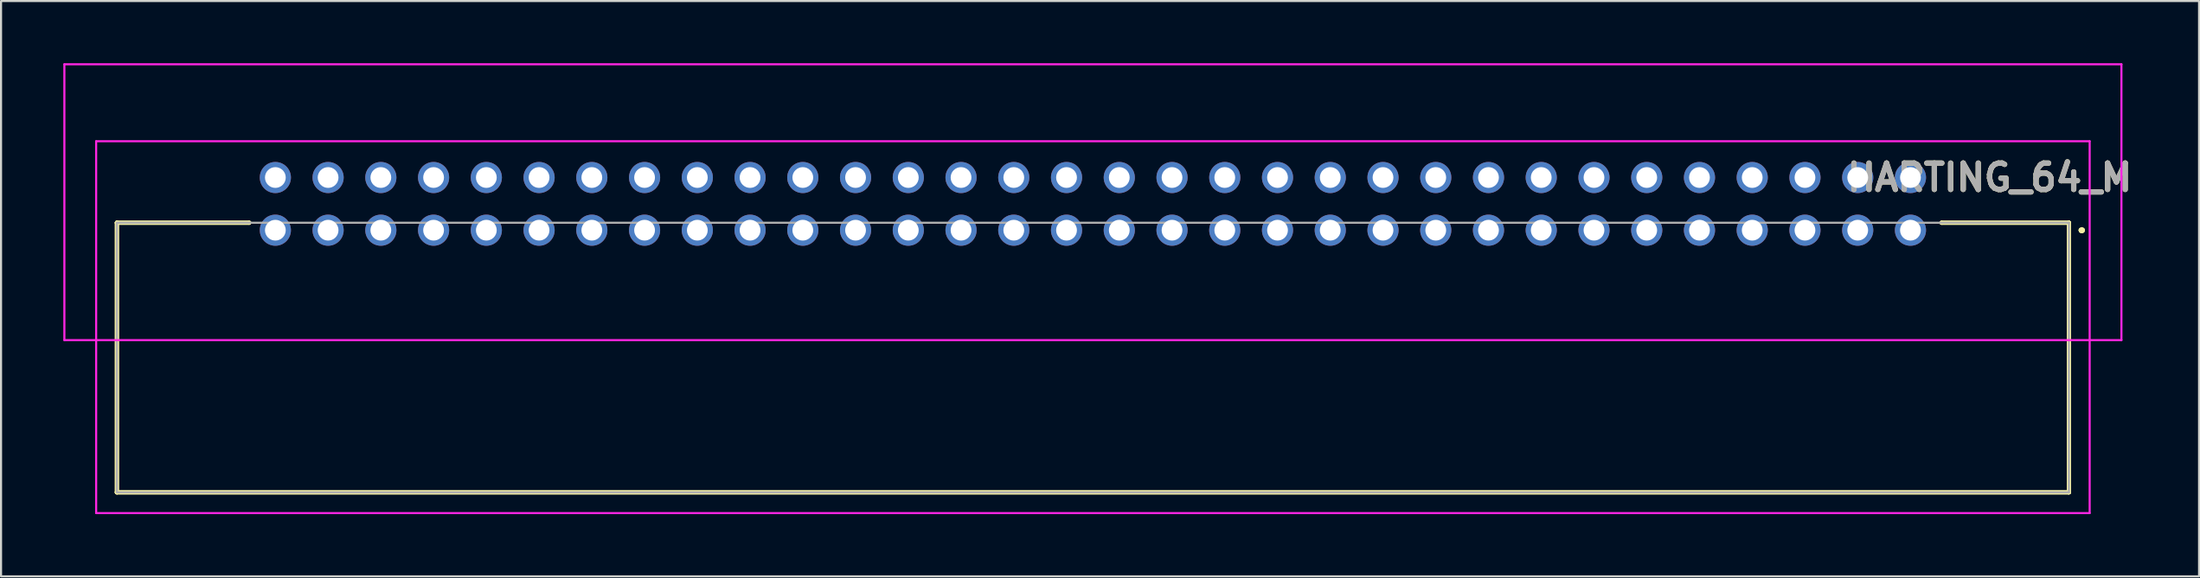
<source format=kicad_pcb>
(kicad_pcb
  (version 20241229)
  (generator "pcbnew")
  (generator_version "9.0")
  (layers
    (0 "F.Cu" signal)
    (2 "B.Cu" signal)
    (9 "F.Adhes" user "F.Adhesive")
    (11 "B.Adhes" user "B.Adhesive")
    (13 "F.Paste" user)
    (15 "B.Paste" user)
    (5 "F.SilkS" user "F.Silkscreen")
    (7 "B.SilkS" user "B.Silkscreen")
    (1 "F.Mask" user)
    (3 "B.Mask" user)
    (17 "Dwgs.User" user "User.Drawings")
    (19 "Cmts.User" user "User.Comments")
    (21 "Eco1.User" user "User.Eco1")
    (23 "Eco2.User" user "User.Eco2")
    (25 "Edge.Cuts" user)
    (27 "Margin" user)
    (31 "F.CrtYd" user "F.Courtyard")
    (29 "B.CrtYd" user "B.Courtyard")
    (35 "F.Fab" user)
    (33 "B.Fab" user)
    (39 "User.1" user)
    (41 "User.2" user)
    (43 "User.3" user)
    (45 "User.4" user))
  (footprint "HARTING_64_M"
    (layer "F.Cu")
    (at 88.95 8.05)
    (property "Reference" "HARTING_64_M" (at 3.81 -2.54 0) (layer "F.SilkS") (effects (font (size 1.27 1.27) (thickness 0.254))))
    (attr through_hole)
    (fp_line (start -86.37 -0.36) (end -86.37 -0.36) (stroke (width 0.2) (type solid)) (layer "F.SilkS"))
    (fp_line (start -86.37 -0.36) (end -86.37 -0.36) (stroke (width 0.2) (type solid)) (layer "F.SilkS"))
    (fp_line (start -86.37 -0.36) (end -86.37 12.64) (stroke (width 0.2) (type solid)) (layer "F.SilkS"))
    (fp_line (start -86.37 -0.36) (end -80 -0.36) (stroke (width 0.2) (type solid)) (layer "F.SilkS"))
    (fp_line (start -86.37 12.64) (end -86.37 -0.36) (stroke (width 0.2) (type solid)) (layer "F.SilkS"))
    (fp_line (start -86.37 12.64) (end -86.37 12.64) (stroke (width 0.2) (type solid)) (layer "F.SilkS"))
    (fp_line (start -86.37 12.64) (end -86.37 12.64) (stroke (width 0.2) (type solid)) (layer "F.SilkS"))
    (fp_line (start -86.37 12.64) (end 7.63 12.64) (stroke (width 0.2) (type solid)) (layer "F.SilkS"))
    (fp_line (start -80 -0.36) (end -86.37 -0.36) (stroke (width 0.2) (type solid)) (layer "F.SilkS"))
    (fp_line (start -80 -0.36) (end -80 -0.36) (stroke (width 0.2) (type solid)) (layer "F.SilkS"))
    (fp_line (start 1.5 -0.36) (end 1.5 -0.36) (stroke (width 0.2) (type solid)) (layer "F.SilkS"))
    (fp_line (start 1.5 -0.36) (end 7.63 -0.36) (stroke (width 0.2) (type solid)) (layer "F.SilkS"))
    (fp_line (start 7.63 -0.36) (end 1.5 -0.36) (stroke (width 0.2) (type solid)) (layer "F.SilkS"))
    (fp_line (start 7.63 -0.36) (end 7.63 -0.36) (stroke (width 0.2) (type solid)) (layer "F.SilkS"))
    (fp_line (start 7.63 -0.36) (end 7.63 -0.36) (stroke (width 0.2) (type solid)) (layer "F.SilkS"))
    (fp_line (start 7.63 -0.36) (end 7.63 12.64) (stroke (width 0.2) (type solid)) (layer "F.SilkS"))
    (fp_line (start 7.63 12.64) (end -86.37 12.64) (stroke (width 0.2) (type solid)) (layer "F.SilkS"))
    (fp_line (start 7.63 12.64) (end 7.63 -0.36) (stroke (width 0.2) (type solid)) (layer "F.SilkS"))
    (fp_line (start 7.63 12.64) (end 7.63 12.64) (stroke (width 0.2) (type solid)) (layer "F.SilkS"))
    (fp_line (start 7.63 12.64) (end 7.63 12.64) (stroke (width 0.2) (type solid)) (layer "F.SilkS"))
    (fp_line (start 8.2 0) (end 8.2 0) (stroke (width 0.2) (type solid)) (layer "F.SilkS"))
    (fp_line (start 8.2 0) (end 8.2 0) (stroke (width 0.2) (type solid)) (layer "F.SilkS"))
    (fp_line (start 8.3 0) (end 8.3 0) (stroke (width 0.2) (type solid)) (layer "F.SilkS"))
    (fp_arc (start 8.2 0) (mid 8.25 -0.05) (end 8.3 0) (stroke (width 0.2) (type solid)) (layer "F.SilkS"))
    (fp_arc (start 8.3 0) (mid 8.25 0.05) (end 8.2 0) (stroke (width 0.2) (type solid)) (layer "F.SilkS"))
    (fp_arc (start 8.3 0) (mid 8.25 0.05) (end 8.2 0) (stroke (width 0.2) (type solid)) (layer "F.SilkS"))
    (fp_line (start -88.9 -8) (end 10.16 -8) (stroke (width 0.1) (type solid)) (layer "F.CrtYd"))
    (fp_line (start -88.9 5.3) (end -88.9 -8) (stroke (width 0.1) (type solid)) (layer "F.CrtYd"))
    (fp_line (start -87.37 -4.29) (end 8.63 -4.29) (stroke (width 0.1) (type solid)) (layer "F.CrtYd"))
    (fp_line (start -87.37 13.64) (end -87.37 -4.29) (stroke (width 0.1) (type solid)) (layer "F.CrtYd"))
    (fp_line (start 8.63 -4.29) (end 8.63 13.64) (stroke (width 0.1) (type solid)) (layer "F.CrtYd"))
    (fp_line (start 8.63 13.64) (end -87.37 13.64) (stroke (width 0.1) (type solid)) (layer "F.CrtYd"))
    (fp_line (start 10.16 -8) (end 10.16 5.3) (stroke (width 0.1) (type solid)) (layer "F.CrtYd"))
    (fp_line (start 10.16 5.3) (end -88.9 5.3) (stroke (width 0.1) (type solid)) (layer "F.CrtYd"))
    (fp_line (start -86.37 -0.36) (end -86.37 12.64) (stroke (width 0.1) (type solid)) (layer "F.Fab"))
    (fp_line (start -86.37 12.64) (end 7.63 12.64) (stroke (width 0.1) (type solid)) (layer "F.Fab"))
    (fp_line (start 7.63 -0.36) (end -86.37 -0.36) (stroke (width 0.1) (type solid)) (layer "F.Fab"))
    (fp_line (start 7.63 12.64) (end 7.63 -0.36) (stroke (width 0.1) (type solid)) (layer "F.Fab"))
    (fp_text user "${REFERENCE}" (at 3.81 -2.54 0) (layer "F.Fab") (effects (font (size 1.27 1.27) (thickness 0.254))))
    (pad "" np_thru_hole circle (at -83.82 2.54) (size 0.001 0.001) (drill 2.8) (layers "*.Cu" "*.Mask"))
    (pad "" np_thru_hole circle (at 5.08 2.54) (size 0.001 0.001) (drill 2.8) (layers "*.Cu" "*.Mask"))
    (pad "A1" thru_hole circle (at 0 0) (size 1.5 1.5) (drill 1) (layers "*.Cu" "*.Mask"))
    (pad "A2" thru_hole circle (at -2.54 0) (size 1.5 1.5) (drill 1) (layers "*.Cu" "*.Mask"))
    (pad "A3" thru_hole circle (at -5.08 0) (size 1.5 1.5) (drill 1) (layers "*.Cu" "*.Mask"))
    (pad "A4" thru_hole circle (at -7.62 0) (size 1.5 1.5) (drill 1) (layers "*.Cu" "*.Mask"))
    (pad "A5" thru_hole circle (at -10.16 0) (size 1.5 1.5) (drill 1) (layers "*.Cu" "*.Mask"))
    (pad "A6" thru_hole circle (at -12.7 0) (size 1.5 1.5) (drill 1) (layers "*.Cu" "*.Mask"))
    (pad "A7" thru_hole circle (at -15.24 0) (size 1.5 1.5) (drill 1) (layers "*.Cu" "*.Mask"))
    (pad "A8" thru_hole circle (at -17.78 0) (size 1.5 1.5) (drill 1) (layers "*.Cu" "*.Mask"))
    (pad "A9" thru_hole circle (at -20.32 0) (size 1.5 1.5) (drill 1) (layers "*.Cu" "*.Mask"))
    (pad "A10" thru_hole circle (at -22.86 0) (size 1.5 1.5) (drill 1) (layers "*.Cu" "*.Mask"))
    (pad "A11" thru_hole circle (at -25.4 0) (size 1.5 1.5) (drill 1) (layers "*.Cu" "*.Mask"))
    (pad "A12" thru_hole circle (at -27.94 0) (size 1.5 1.5) (drill 1) (layers "*.Cu" "*.Mask"))
    (pad "A13" thru_hole circle (at -30.48 0) (size 1.5 1.5) (drill 1) (layers "*.Cu" "*.Mask"))
    (pad "A14" thru_hole circle (at -33.02 0) (size 1.5 1.5) (drill 1) (layers "*.Cu" "*.Mask"))
    (pad "A15" thru_hole circle (at -35.56 0) (size 1.5 1.5) (drill 1) (layers "*.Cu" "*.Mask"))
    (pad "A16" thru_hole circle (at -38.1 0) (size 1.5 1.5) (drill 1) (layers "*.Cu" "*.Mask"))
    (pad "A17" thru_hole circle (at -40.64 0) (size 1.5 1.5) (drill 1) (layers "*.Cu" "*.Mask"))
    (pad "A18" thru_hole circle (at -43.18 0) (size 1.5 1.5) (drill 1) (layers "*.Cu" "*.Mask"))
    (pad "A19" thru_hole circle (at -45.72 0) (size 1.5 1.5) (drill 1) (layers "*.Cu" "*.Mask"))
    (pad "A20" thru_hole circle (at -48.26 0) (size 1.5 1.5) (drill 1) (layers "*.Cu" "*.Mask"))
    (pad "A21" thru_hole circle (at -50.8 0) (size 1.5 1.5) (drill 1) (layers "*.Cu" "*.Mask"))
    (pad "A22" thru_hole circle (at -53.34 0) (size 1.5 1.5) (drill 1) (layers "*.Cu" "*.Mask"))
    (pad "A23" thru_hole circle (at -55.88 0) (size 1.5 1.5) (drill 1) (layers "*.Cu" "*.Mask"))
    (pad "A24" thru_hole circle (at -58.42 0) (size 1.5 1.5) (drill 1) (layers "*.Cu" "*.Mask"))
    (pad "A25" thru_hole circle (at -60.96 0) (size 1.5 1.5) (drill 1) (layers "*.Cu" "*.Mask"))
    (pad "A26" thru_hole circle (at -63.5 0) (size 1.5 1.5) (drill 1) (layers "*.Cu" "*.Mask"))
    (pad "A27" thru_hole circle (at -66.04 0) (size 1.5 1.5) (drill 1) (layers "*.Cu" "*.Mask"))
    (pad "A28" thru_hole circle (at -68.58 0) (size 1.5 1.5) (drill 1) (layers "*.Cu" "*.Mask"))
    (pad "A29" thru_hole circle (at -71.12 0) (size 1.5 1.5) (drill 1) (layers "*.Cu" "*.Mask"))
    (pad "A30" thru_hole circle (at -73.66 0) (size 1.5 1.5) (drill 1) (layers "*.Cu" "*.Mask"))
    (pad "A31" thru_hole circle (at -76.2 0) (size 1.5 1.5) (drill 1) (layers "*.Cu" "*.Mask"))
    (pad "A32" thru_hole circle (at -78.74 0) (size 1.5 1.5) (drill 1) (layers "*.Cu" "*.Mask"))
    (pad "B1" thru_hole circle (at 0 -2.54) (size 1.5 1.5) (drill 1) (layers "*.Cu" "*.Mask"))
    (pad "B2" thru_hole circle (at -2.54 -2.54) (size 1.5 1.5) (drill 1) (layers "*.Cu" "*.Mask"))
    (pad "B3" thru_hole circle (at -5.08 -2.54) (size 1.5 1.5) (drill 1) (layers "*.Cu" "*.Mask"))
    (pad "B4" thru_hole circle (at -7.62 -2.54) (size 1.5 1.5) (drill 1) (layers "*.Cu" "*.Mask"))
    (pad "B5" thru_hole circle (at -10.16 -2.54) (size 1.5 1.5) (drill 1) (layers "*.Cu" "*.Mask"))
    (pad "B6" thru_hole circle (at -12.7 -2.54) (size 1.5 1.5) (drill 1) (layers "*.Cu" "*.Mask"))
    (pad "B7" thru_hole circle (at -15.24 -2.54) (size 1.5 1.5) (drill 1) (layers "*.Cu" "*.Mask"))
    (pad "B8" thru_hole circle (at -17.78 -2.54) (size 1.5 1.5) (drill 1) (layers "*.Cu" "*.Mask"))
    (pad "B9" thru_hole circle (at -20.32 -2.54) (size 1.5 1.5) (drill 1) (layers "*.Cu" "*.Mask"))
    (pad "B10" thru_hole circle (at -22.86 -2.54) (size 1.5 1.5) (drill 1) (layers "*.Cu" "*.Mask"))
    (pad "B11" thru_hole circle (at -25.4 -2.54) (size 1.5 1.5) (drill 1) (layers "*.Cu" "*.Mask"))
    (pad "B12" thru_hole circle (at -27.94 -2.54) (size 1.5 1.5) (drill 1) (layers "*.Cu" "*.Mask"))
    (pad "B13" thru_hole circle (at -30.48 -2.54) (size 1.5 1.5) (drill 1) (layers "*.Cu" "*.Mask"))
    (pad "B14" thru_hole circle (at -33.02 -2.54) (size 1.5 1.5) (drill 1) (layers "*.Cu" "*.Mask"))
    (pad "B15" thru_hole circle (at -35.56 -2.54) (size 1.5 1.5) (drill 1) (layers "*.Cu" "*.Mask"))
    (pad "B16" thru_hole circle (at -38.1 -2.54) (size 1.5 1.5) (drill 1) (layers "*.Cu" "*.Mask"))
    (pad "B17" thru_hole circle (at -40.64 -2.54) (size 1.5 1.5) (drill 1) (layers "*.Cu" "*.Mask"))
    (pad "B18" thru_hole circle (at -43.18 -2.54) (size 1.5 1.5) (drill 1) (layers "*.Cu" "*.Mask"))
    (pad "B19" thru_hole circle (at -45.72 -2.54) (size 1.5 1.5) (drill 1) (layers "*.Cu" "*.Mask"))
    (pad "B20" thru_hole circle (at -48.26 -2.54) (size 1.5 1.5) (drill 1) (layers "*.Cu" "*.Mask"))
    (pad "B21" thru_hole circle (at -50.8 -2.54) (size 1.5 1.5) (drill 1) (layers "*.Cu" "*.Mask"))
    (pad "B22" thru_hole circle (at -53.34 -2.54) (size 1.5 1.5) (drill 1) (layers "*.Cu" "*.Mask"))
    (pad "B23" thru_hole circle (at -55.88 -2.54) (size 1.5 1.5) (drill 1) (layers "*.Cu" "*.Mask"))
    (pad "B24" thru_hole circle (at -58.42 -2.54) (size 1.5 1.5) (drill 1) (layers "*.Cu" "*.Mask"))
    (pad "B25" thru_hole circle (at -60.96 -2.54) (size 1.5 1.5) (drill 1) (layers "*.Cu" "*.Mask"))
    (pad "B26" thru_hole circle (at -63.5 -2.54) (size 1.5 1.5) (drill 1) (layers "*.Cu" "*.Mask"))
    (pad "B27" thru_hole circle (at -66.04 -2.54) (size 1.5 1.5) (drill 1) (layers "*.Cu" "*.Mask"))
    (pad "B28" thru_hole circle (at -68.58 -2.54) (size 1.5 1.5) (drill 1) (layers "*.Cu" "*.Mask"))
    (pad "B29" thru_hole circle (at -71.12 -2.54) (size 1.5 1.5) (drill 1) (layers "*.Cu" "*.Mask"))
    (pad "B30" thru_hole circle (at -73.66 -2.54) (size 1.5 1.5) (drill 1) (layers "*.Cu" "*.Mask"))
    (pad "B31" thru_hole circle (at -76.2 -2.54) (size 1.5 1.5) (drill 1) (layers "*.Cu" "*.Mask"))
    (pad "B32" thru_hole circle (at -78.74 -2.54) (size 1.5 1.5) (drill 1) (layers "*.Cu" "*.Mask")))
  (gr_rect
    (start -3 -3)
    (end 102.848 24.74)
    (stroke (width 0.1) (type default))
    (fill no)
    (layer "Edge.Cuts")))
</source>
